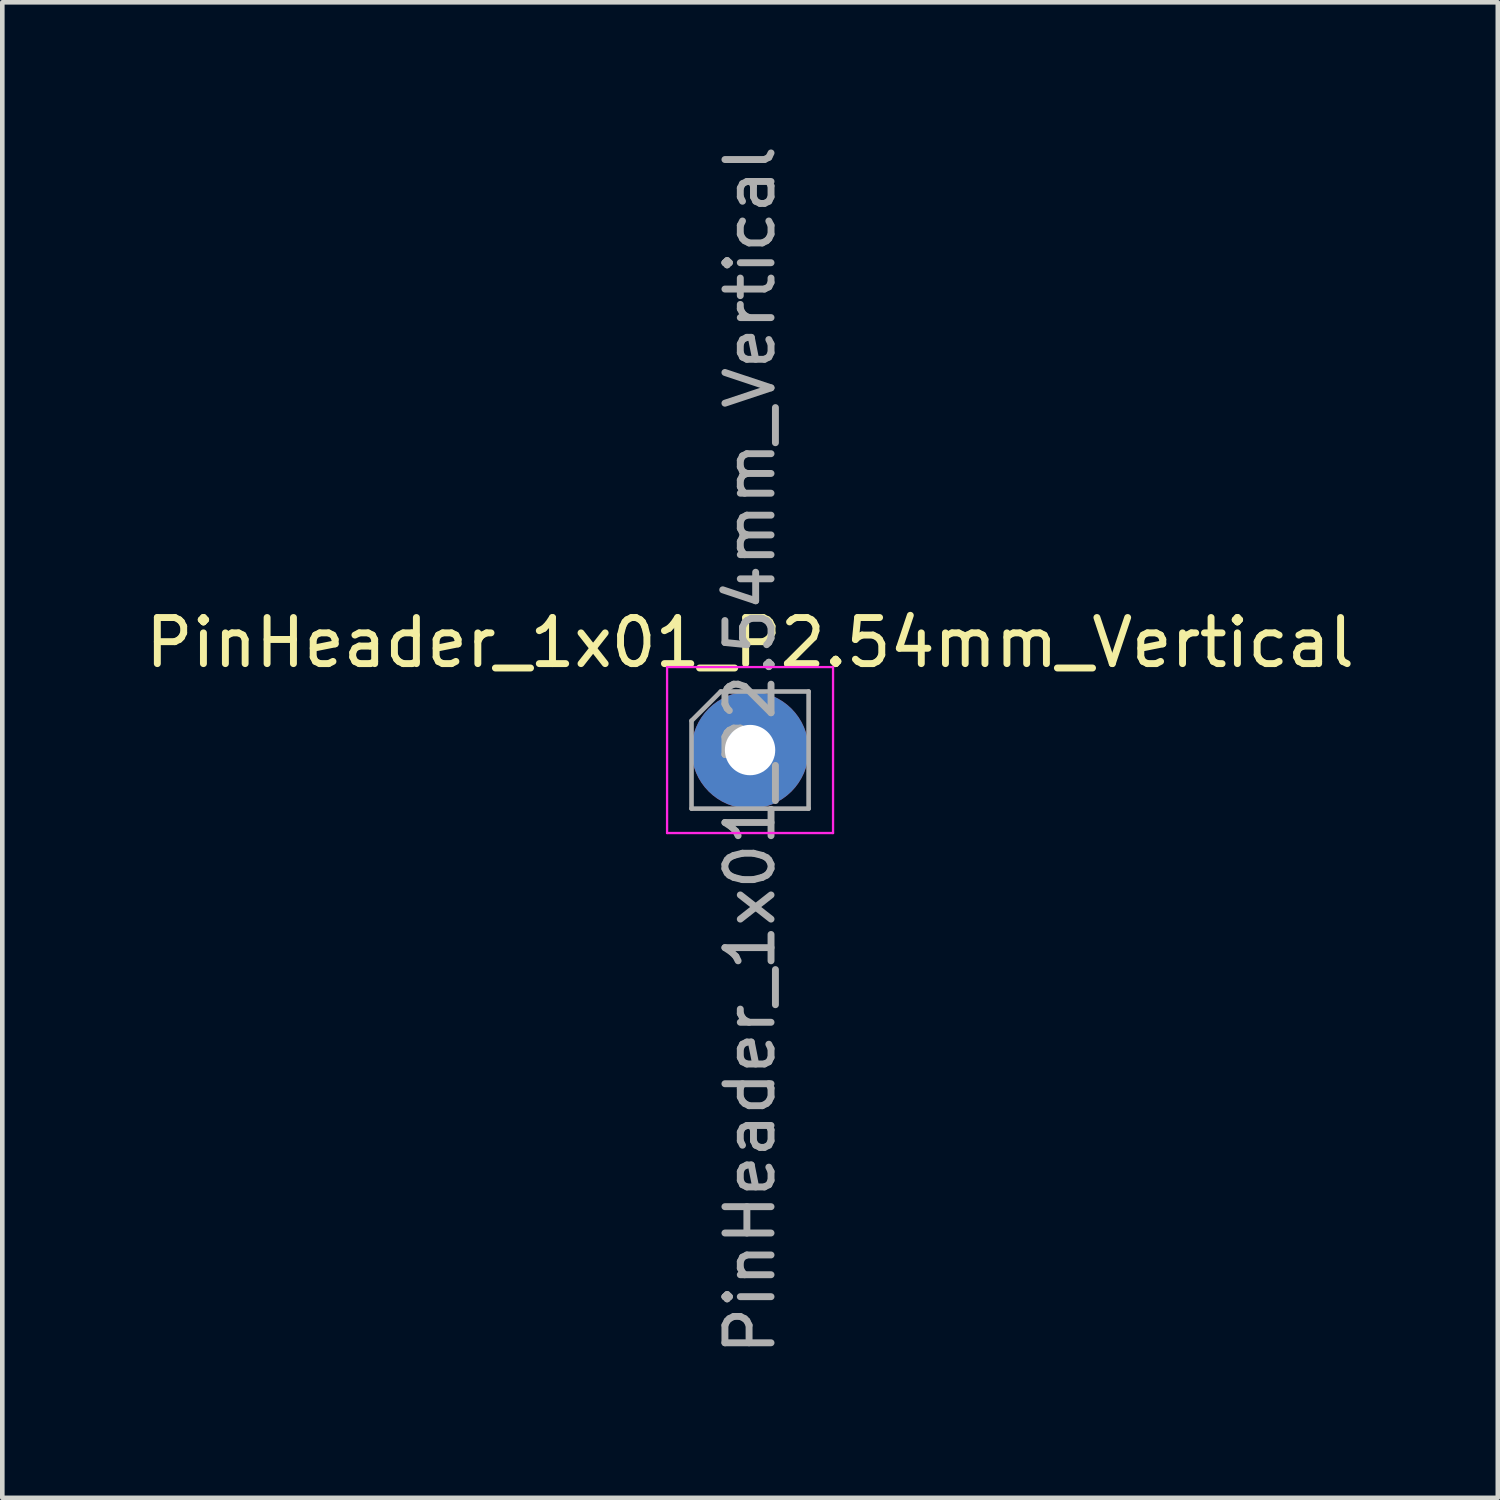
<source format=kicad_pcb>
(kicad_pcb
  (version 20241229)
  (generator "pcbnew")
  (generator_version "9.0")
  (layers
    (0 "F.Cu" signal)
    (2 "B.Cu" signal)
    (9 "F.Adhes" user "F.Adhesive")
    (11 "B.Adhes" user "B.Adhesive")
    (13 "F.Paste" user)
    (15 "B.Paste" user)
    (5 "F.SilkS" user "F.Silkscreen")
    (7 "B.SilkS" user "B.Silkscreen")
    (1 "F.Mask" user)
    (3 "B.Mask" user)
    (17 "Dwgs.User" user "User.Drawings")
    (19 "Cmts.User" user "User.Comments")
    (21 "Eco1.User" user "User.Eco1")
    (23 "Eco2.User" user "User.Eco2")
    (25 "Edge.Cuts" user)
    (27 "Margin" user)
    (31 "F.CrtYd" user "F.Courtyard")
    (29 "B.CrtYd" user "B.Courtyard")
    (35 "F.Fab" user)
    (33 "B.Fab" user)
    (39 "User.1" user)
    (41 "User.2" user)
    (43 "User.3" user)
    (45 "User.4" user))
  (footprint "PinHeader_1x01_P2.54mm_Vertical"
    (layer "F.Cu")
    (at 13.22 13.22)
    (property "Reference" "PinHeader_1x01_P2.54mm_Vertical" (at 0 -2.33 0) (layer "F.SilkS") (effects (font (size 1 1) (thickness 0.15))))
    (attr through_hole)
    (fp_line (start -1.8 -1.8) (end -1.8 1.8) (stroke (width 0.05) (type solid)) (layer "F.CrtYd"))
    (fp_line (start -1.8 1.8) (end 1.8 1.8) (stroke (width 0.05) (type solid)) (layer "F.CrtYd"))
    (fp_line (start 1.8 -1.8) (end -1.8 -1.8) (stroke (width 0.05) (type solid)) (layer "F.CrtYd"))
    (fp_line (start 1.8 1.8) (end 1.8 -1.8) (stroke (width 0.05) (type solid)) (layer "F.CrtYd"))
    (fp_line (start -1.27 -0.635) (end -0.635 -1.27) (stroke (width 0.1) (type solid)) (layer "F.Fab"))
    (fp_line (start -1.27 1.27) (end -1.27 -0.635) (stroke (width 0.1) (type solid)) (layer "F.Fab"))
    (fp_line (start -0.635 -1.27) (end 1.27 -1.27) (stroke (width 0.1) (type solid)) (layer "F.Fab"))
    (fp_line (start 1.27 -1.27) (end 1.27 1.27) (stroke (width 0.1) (type solid)) (layer "F.Fab"))
    (fp_line (start 1.27 1.27) (end -1.27 1.27) (stroke (width 0.1) (type solid)) (layer "F.Fab"))
    (fp_text user "${REFERENCE}" (at 0 0 90) (layer "F.Fab") (effects (font (size 1 1) (thickness 0.15))))
    (pad "1" thru_hole circle (at 0 0) (size 2.54 2.54) (drill 1.092) (layers "*.Cu" "*.Mask")))
  (gr_rect
    (start -3 -3)
    (end 29.44 29.44)
    (stroke (width 0.1) (type default))
    (fill no)
    (layer "Edge.Cuts")))
</source>
